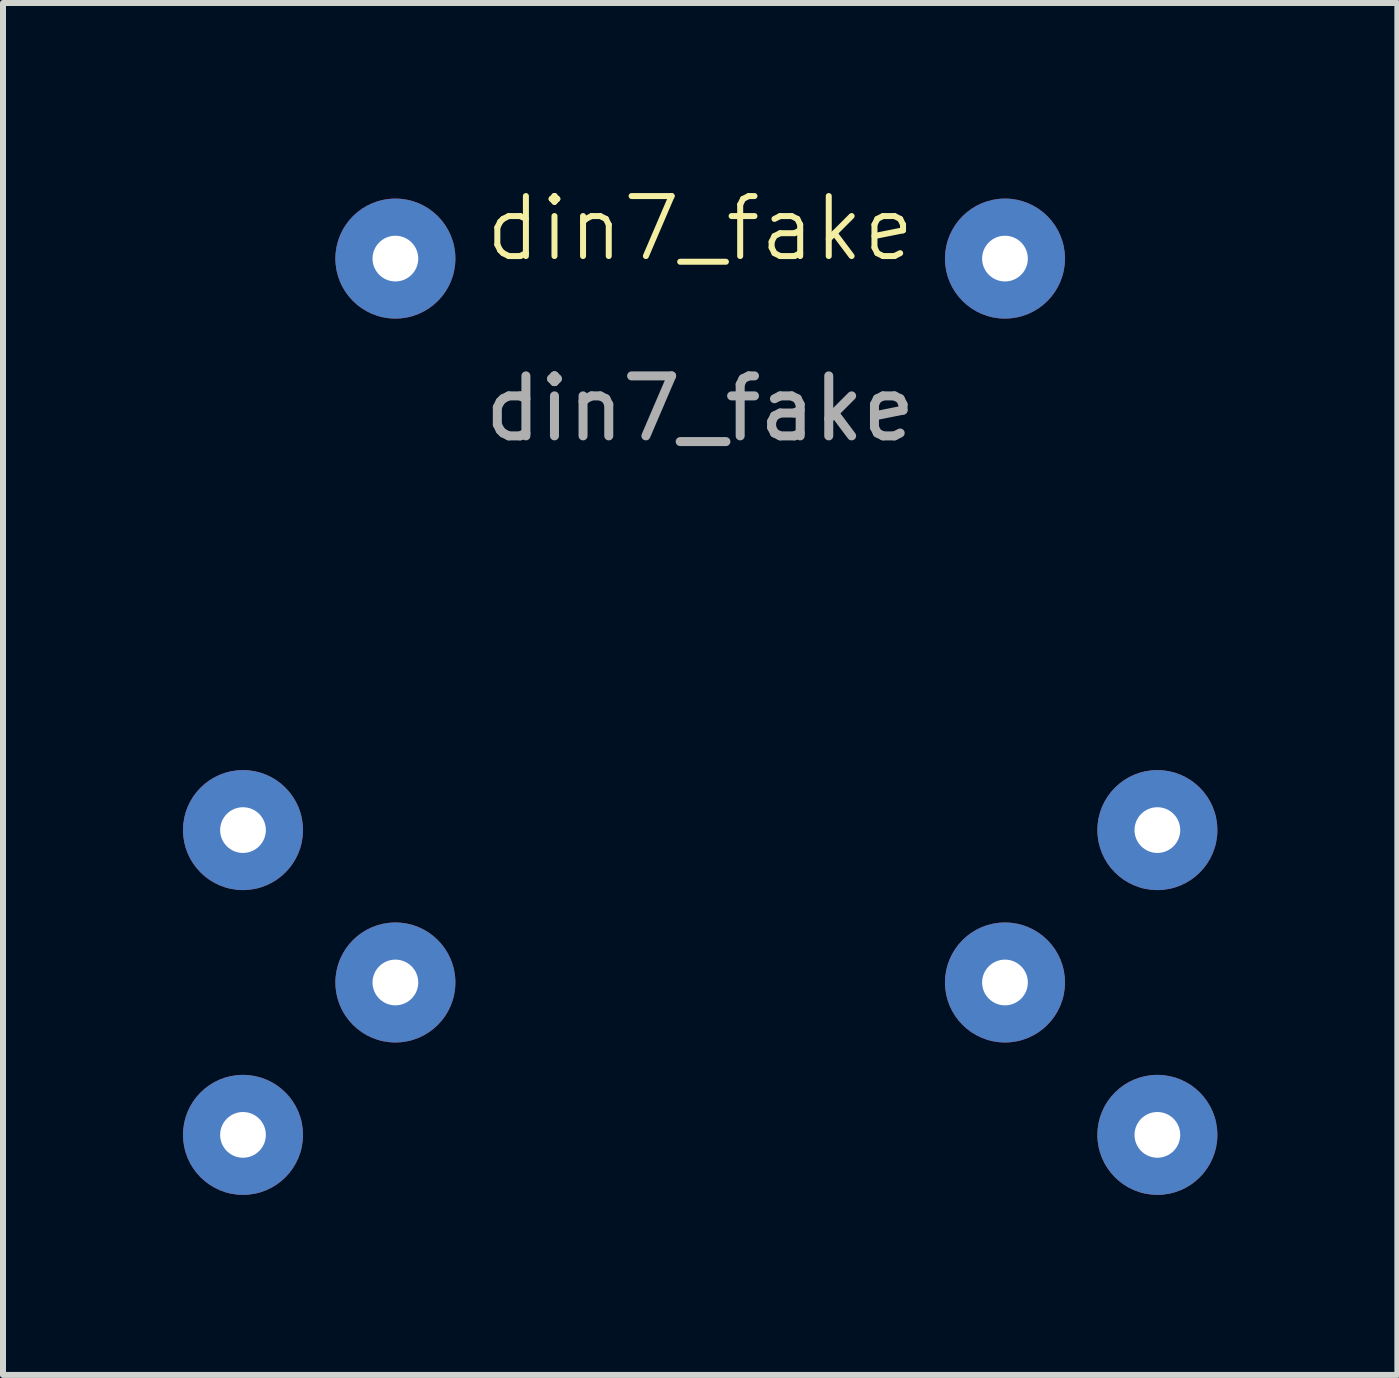
<source format=kicad_pcb>
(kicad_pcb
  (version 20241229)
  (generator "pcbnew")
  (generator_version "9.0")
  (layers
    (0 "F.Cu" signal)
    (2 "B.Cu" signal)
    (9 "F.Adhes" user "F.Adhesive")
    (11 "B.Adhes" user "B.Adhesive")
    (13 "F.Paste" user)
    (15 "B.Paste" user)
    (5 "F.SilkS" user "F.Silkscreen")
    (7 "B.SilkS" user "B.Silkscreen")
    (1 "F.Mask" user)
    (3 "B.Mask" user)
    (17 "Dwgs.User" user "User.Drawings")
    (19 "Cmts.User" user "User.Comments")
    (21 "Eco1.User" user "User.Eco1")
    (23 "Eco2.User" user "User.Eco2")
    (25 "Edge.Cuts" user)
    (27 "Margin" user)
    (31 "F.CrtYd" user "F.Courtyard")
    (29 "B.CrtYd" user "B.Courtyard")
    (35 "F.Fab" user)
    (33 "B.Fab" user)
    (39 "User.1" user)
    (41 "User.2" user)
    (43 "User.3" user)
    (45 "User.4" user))
  (footprint "din7_fake"
    (layer "F.Cu")
    (at 8.62 1.26)
    (property "Reference" "din7_fake" (at 0 -0.5 0) (unlocked yes) (layer "F.SilkS") (effects (font (size 1 1) (thickness 0.1))))
    (attr through_hole)
    (fp_text user "${REFERENCE}" (at 0 2.5 0) (unlocked yes) (layer "F.Fab") (effects (font (size 1 1) (thickness 0.15))))
    (pad "0" thru_hole circle (at -5.08 0) (size 2 2) (drill 0.762) (layers "*.Cu" "*.Mask"))
    (pad "0" thru_hole circle (at 5.08 0) (size 2 2) (drill 0.762) (layers "*.Cu" "*.Mask"))
    (pad "1" thru_hole circle (at -7.62 9.525) (size 2 2) (drill 0.762) (layers "*.Cu" "*.Mask"))
    (pad "3" thru_hole circle (at 7.62 9.525) (size 2 2) (drill 0.762) (layers "*.Cu" "*.Mask"))
    (pad "4" thru_hole circle (at -5.08 12.065) (size 2 2) (drill 0.762) (layers "*.Cu" "*.Mask"))
    (pad "5" thru_hole circle (at 5.08 12.065) (size 2 2) (drill 0.762) (layers "*.Cu" "*.Mask"))
    (pad "6" thru_hole circle (at -7.62 14.605) (size 2 2) (drill 0.762) (layers "*.Cu" "*.Mask"))
    (pad "7" thru_hole circle (at 7.62 14.605) (size 2 2) (drill 0.762) (layers "*.Cu" "*.Mask")))
  (gr_rect
    (start -3 -3)
    (end 20.24 19.866)
    (stroke (width 0.1) (type default))
    (fill no)
    (layer "Edge.Cuts")))
</source>
